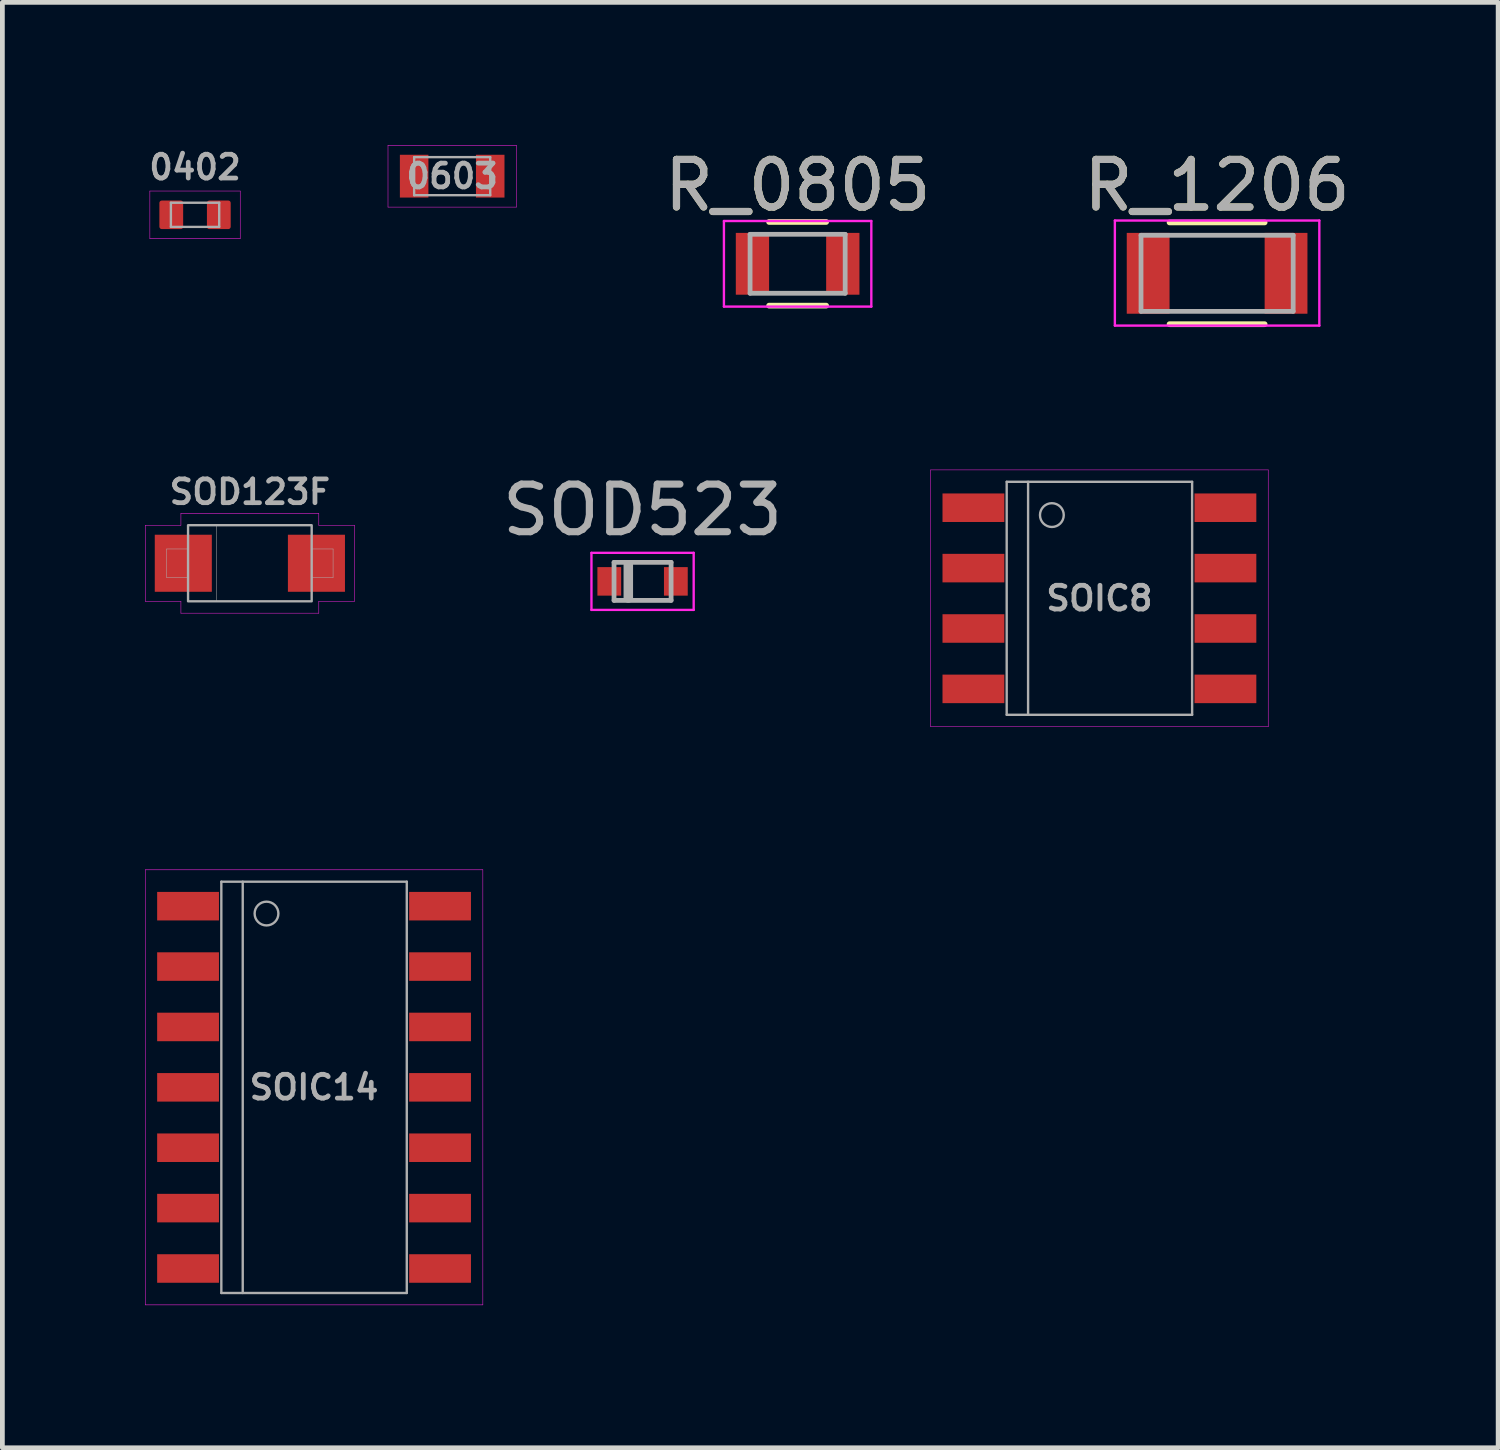
<source format=kicad_pcb>
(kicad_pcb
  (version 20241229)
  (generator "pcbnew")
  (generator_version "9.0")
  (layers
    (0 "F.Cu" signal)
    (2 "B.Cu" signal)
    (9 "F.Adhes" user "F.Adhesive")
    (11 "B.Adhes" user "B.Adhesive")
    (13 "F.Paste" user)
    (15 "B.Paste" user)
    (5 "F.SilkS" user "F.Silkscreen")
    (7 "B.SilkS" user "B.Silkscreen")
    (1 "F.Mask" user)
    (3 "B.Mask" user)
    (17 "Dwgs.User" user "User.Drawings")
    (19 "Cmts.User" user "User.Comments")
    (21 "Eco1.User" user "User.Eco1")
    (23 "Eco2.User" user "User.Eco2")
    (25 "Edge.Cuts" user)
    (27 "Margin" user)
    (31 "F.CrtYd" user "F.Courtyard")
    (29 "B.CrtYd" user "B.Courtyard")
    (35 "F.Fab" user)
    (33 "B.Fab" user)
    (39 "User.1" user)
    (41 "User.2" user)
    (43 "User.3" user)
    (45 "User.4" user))
  (footprint "SOD523"
    (layer "F.Cu")
    (at 10.464 9.177)
    (property "Reference" "SOD523" (at 0 -1.5 0) (layer "F.Fab") (effects (font (size 1 1) (thickness 0.15))))
    (attr smd)
    (fp_line (start -1.075 -0.6) (end 1.075 -0.6) (stroke (width 0.05) (type solid)) (layer "F.CrtYd"))
    (fp_line (start -1.075 0.6) (end -1.075 -0.6) (stroke (width 0.05) (type solid)) (layer "F.CrtYd"))
    (fp_line (start 1.075 -0.6) (end 1.075 0.6) (stroke (width 0.05) (type solid)) (layer "F.CrtYd"))
    (fp_line (start 1.075 0.6) (end -1.075 0.6) (stroke (width 0.05) (type solid)) (layer "F.CrtYd"))
    (fp_line (start -0.6 -0.4) (end 0.6 -0.4) (stroke (width 0.1) (type solid)) (layer "F.Fab"))
    (fp_line (start -0.6 0.4) (end -0.6 -0.4) (stroke (width 0.1) (type solid)) (layer "F.Fab"))
    (fp_line (start -0.3 0.35) (end -0.3 -0.35) (stroke (width 0.2) (type solid)) (layer "F.Fab"))
    (fp_line (start 0.6 -0.4) (end 0.6 0.4) (stroke (width 0.1) (type solid)) (layer "F.Fab"))
    (fp_line (start 0.6 0.4) (end -0.6 0.4) (stroke (width 0.1) (type solid)) (layer "F.Fab"))
    (pad "1" smd rect (at -0.7 0 180) (size 0.5 0.6) (layers "F.Cu" "F.Mask" "F.Paste"))
    (pad "2" smd rect (at 0.7 0 180) (size 0.5 0.6) (layers "F.Cu" "F.Mask" "F.Paste")))
  (footprint "SOIC14"
    (layer "F.Cu")
    (at 3.555 19.818)
    (property "Reference" "SOIC14" (at 0 0 0) (layer "F.Fab") (effects (font (size 0.5 0.5) (thickness 0.1))))
    (attr through_hole)
    (fp_line (start -3.55 -4.575) (end 3.55 -4.575) (stroke (width 0.01) (type solid)) (layer "F.CrtYd"))
    (fp_line (start -3.55 4.575) (end -3.55 -4.575) (stroke (width 0.01) (type solid)) (layer "F.CrtYd"))
    (fp_line (start 3.55 -4.575) (end 3.55 4.575) (stroke (width 0.01) (type solid)) (layer "F.CrtYd"))
    (fp_line (start 3.55 4.575) (end -3.55 4.575) (stroke (width 0.01) (type solid)) (layer "F.CrtYd"))
    (fp_line (start -1.95 -4.325) (end 1.95 -4.325) (stroke (width 0.05) (type solid)) (layer "F.Fab"))
    (fp_line (start -1.95 4.325) (end -1.95 -4.325) (stroke (width 0.05) (type solid)) (layer "F.Fab"))
    (fp_line (start -1.5 -4.325) (end -1.5 4.325) (stroke (width 0.05) (type solid)) (layer "F.Fab"))
    (fp_line (start 1.95 -4.325) (end 1.95 4.325) (stroke (width 0.05) (type solid)) (layer "F.Fab"))
    (fp_line (start 1.95 4.325) (end -1.95 4.325) (stroke (width 0.05) (type solid)) (layer "F.Fab"))
    (fp_circle (center -1 -3.655) (end -0.75 -3.655) (stroke (width 0.05) (type solid)) (fill no) (layer "F.Fab"))
    (pad "1" smd rect (at -2.65 -3.81) (size 1.3 0.6) (layers "F.Cu" "F.Mask" "F.Paste"))
    (pad "2" smd rect (at -2.65 -2.54) (size 1.3 0.6) (layers "F.Cu" "F.Mask" "F.Paste"))
    (pad "3" smd rect (at -2.65 -1.27) (size 1.3 0.6) (layers "F.Cu" "F.Mask" "F.Paste"))
    (pad "4" smd rect (at -2.65 0) (size 1.3 0.6) (layers "F.Cu" "F.Mask" "F.Paste"))
    (pad "5" smd rect (at -2.65 1.27) (size 1.3 0.6) (layers "F.Cu" "F.Mask" "F.Paste"))
    (pad "6" smd rect (at -2.65 2.54) (size 1.3 0.6) (layers "F.Cu" "F.Mask" "F.Paste"))
    (pad "7" smd rect (at -2.65 3.81) (size 1.3 0.6) (layers "F.Cu" "F.Mask" "F.Paste"))
    (pad "8" smd rect (at 2.65 3.81) (size 1.3 0.6) (layers "F.Cu" "F.Mask" "F.Paste"))
    (pad "9" smd rect (at 2.65 2.54) (size 1.3 0.6) (layers "F.Cu" "F.Mask" "F.Paste"))
    (pad "10" smd rect (at 2.65 1.27) (size 1.3 0.6) (layers "F.Cu" "F.Mask" "F.Paste"))
    (pad "11" smd rect (at 2.65 0) (size 1.3 0.6) (layers "F.Cu" "F.Mask" "F.Paste"))
    (pad "12" smd rect (at 2.65 -1.27) (size 1.3 0.6) (layers "F.Cu" "F.Mask" "F.Paste"))
    (pad "13" smd rect (at 2.65 -2.54) (size 1.3 0.6) (layers "F.Cu" "F.Mask" "F.Paste"))
    (pad "14" smd rect (at 2.65 -3.81) (size 1.3 0.6) (layers "F.Cu" "F.Mask" "F.Paste")))
  (footprint "R_0805"
    (layer "F.Cu")
    (at 13.725 2.498)
    (property "Reference" "R_0805" (at 0 -1.65 0) (layer "F.SilkS") (effects (font (size 1 1) (thickness 0.15))))
    (attr smd)
    (fp_line (start -0.6 -0.88) (end 0.6 -0.88) (stroke (width 0.12) (type solid)) (layer "F.SilkS"))
    (fp_line (start 0.6 0.88) (end -0.6 0.88) (stroke (width 0.12) (type solid)) (layer "F.SilkS"))
    (fp_line (start -1.55 -0.9) (end -1.55 0.9) (stroke (width 0.05) (type solid)) (layer "F.CrtYd"))
    (fp_line (start -1.55 -0.9) (end 1.55 -0.9) (stroke (width 0.05) (type solid)) (layer "F.CrtYd"))
    (fp_line (start 1.55 0.9) (end -1.55 0.9) (stroke (width 0.05) (type solid)) (layer "F.CrtYd"))
    (fp_line (start 1.55 0.9) (end 1.55 -0.9) (stroke (width 0.05) (type solid)) (layer "F.CrtYd"))
    (fp_line (start -1 -0.62) (end 1 -0.62) (stroke (width 0.1) (type solid)) (layer "F.Fab"))
    (fp_line (start -1 0.62) (end -1 -0.62) (stroke (width 0.1) (type solid)) (layer "F.Fab"))
    (fp_line (start 1 -0.62) (end 1 0.62) (stroke (width 0.1) (type solid)) (layer "F.Fab"))
    (fp_line (start 1 0.62) (end -1 0.62) (stroke (width 0.1) (type solid)) (layer "F.Fab"))
    (fp_text user "${REFERENCE}" (at 0 -1.65 0) (layer "F.Fab") (effects (font (size 1 1) (thickness 0.15))))
    (pad "1" smd rect (at -0.95 0) (size 0.7 1.3) (layers "F.Cu" "F.Mask" "F.Paste"))
    (pad "2" smd rect (at 0.95 0) (size 0.7 1.3) (layers "F.Cu" "F.Mask" "F.Paste")))
  (footprint "SOIC8"
    (layer "F.Cu")
    (at 20.072 9.533)
    (property "Reference" "SOIC8" (at 0 0 0) (layer "F.Fab") (effects (font (size 0.5 0.5) (thickness 0.1))))
    (attr smd)
    (fp_line (start -3.55 -2.7) (end 3.55 -2.7) (stroke (width 0.01) (type solid)) (layer "F.CrtYd"))
    (fp_line (start -3.55 2.7) (end -3.55 -2.7) (stroke (width 0.01) (type solid)) (layer "F.CrtYd"))
    (fp_line (start 3.55 -2.7) (end 3.55 2.7) (stroke (width 0.01) (type solid)) (layer "F.CrtYd"))
    (fp_line (start 3.55 2.7) (end -3.55 2.7) (stroke (width 0.01) (type solid)) (layer "F.CrtYd"))
    (fp_line (start -1.95 -2.45) (end 1.95 -2.45) (stroke (width 0.05) (type solid)) (layer "F.Fab"))
    (fp_line (start -1.95 2.45) (end -1.95 -2.45) (stroke (width 0.05) (type solid)) (layer "F.Fab"))
    (fp_line (start -1.5 -2.45) (end -1.5 2.45) (stroke (width 0.05) (type solid)) (layer "F.Fab"))
    (fp_line (start 1.95 -2.45) (end 1.95 2.45) (stroke (width 0.05) (type solid)) (layer "F.Fab"))
    (fp_line (start 1.95 2.45) (end -1.95 2.45) (stroke (width 0.05) (type solid)) (layer "F.Fab"))
    (fp_circle (center -1 -1.75) (end -0.75 -1.75) (stroke (width 0.05) (type solid)) (fill no) (layer "F.Fab"))
    (pad "1" smd rect (at -2.65 -1.905) (size 1.3 0.6) (layers "F.Cu" "F.Mask" "F.Paste"))
    (pad "2" smd rect (at -2.65 -0.635) (size 1.3 0.6) (layers "F.Cu" "F.Mask" "F.Paste"))
    (pad "3" smd rect (at -2.65 0.635) (size 1.3 0.6) (layers "F.Cu" "F.Mask" "F.Paste"))
    (pad "4" smd rect (at -2.65 1.905) (size 1.3 0.6) (layers "F.Cu" "F.Mask" "F.Paste"))
    (pad "5" smd rect (at 2.65 1.905) (size 1.3 0.6) (layers "F.Cu" "F.Mask" "F.Paste"))
    (pad "6" smd rect (at 2.65 0.635) (size 1.3 0.6) (layers "F.Cu" "F.Mask" "F.Paste"))
    (pad "7" smd rect (at 2.65 -0.635) (size 1.3 0.6) (layers "F.Cu" "F.Mask" "F.Paste"))
    (pad "8" smd rect (at 2.65 -1.905) (size 1.3 0.6) (layers "F.Cu" "F.Mask" "F.Paste")))
  (footprint "0402"
    (layer "F.Cu")
    (at 1.052 1.468)
    (property "Reference" "0402" (at 0 -1 0) (layer "F.Fab") (effects (font (size 0.5 0.5) (thickness 0.1))))
    (attr smd)
    (fp_line (start -0.95 -0.5) (end -0.95 0.5) (stroke (width 0.01) (type solid)) (layer "F.CrtYd"))
    (fp_line (start -0.95 -0.5) (end 0.95 -0.5) (stroke (width 0.01) (type solid)) (layer "F.CrtYd"))
    (fp_line (start 0.95 0.5) (end -0.95 0.5) (stroke (width 0.01) (type solid)) (layer "F.CrtYd"))
    (fp_line (start 0.95 0.5) (end 0.95 -0.5) (stroke (width 0.01) (type solid)) (layer "F.CrtYd"))
    (fp_line (start -0.508 -0.254) (end 0.508 -0.254) (stroke (width 0.05) (type solid)) (layer "F.Fab"))
    (fp_line (start -0.508 0.254) (end -0.508 -0.254) (stroke (width 0.05) (type solid)) (layer "F.Fab"))
    (fp_line (start 0.508 -0.254) (end 0.508 0.254) (stroke (width 0.05) (type solid)) (layer "F.Fab"))
    (fp_line (start 0.508 0.254) (end -0.508 0.254) (stroke (width 0.05) (type solid)) (layer "F.Fab"))
    (pad "1" smd roundrect (at -0.5 0) (size 0.5 0.6) (layers "F.Cu" "F.Mask" "F.Paste") (roundrect_rratio 0.1))
    (pad "2" smd roundrect (at 0.5 0) (size 0.5 0.6) (layers "F.Cu" "F.Mask" "F.Paste") (roundrect_rratio 0.1)))
  (footprint "0603"
    (layer "F.Cu")
    (at 6.46 0.655)
    (property "Reference" "0603" (at 0 0 0) (layer "F.Fab") (effects (font (size 0.5 0.5) (thickness 0.1))))
    (attr smd)
    (fp_line (start -1.35 -0.65) (end -1.35 0.65) (stroke (width 0.01) (type solid)) (layer "F.CrtYd"))
    (fp_line (start -1.35 -0.65) (end 1.35 -0.65) (stroke (width 0.01) (type solid)) (layer "F.CrtYd"))
    (fp_line (start 1.35 0.65) (end -1.35 0.65) (stroke (width 0.01) (type solid)) (layer "F.CrtYd"))
    (fp_line (start 1.35 0.65) (end 1.35 -0.65) (stroke (width 0.01) (type solid)) (layer "F.CrtYd"))
    (fp_line (start -0.8 -0.4) (end 0.8 -0.4) (stroke (width 0.05) (type solid)) (layer "F.Fab"))
    (fp_line (start -0.8 0.4) (end -0.8 -0.4) (stroke (width 0.05) (type solid)) (layer "F.Fab"))
    (fp_line (start 0.8 -0.4) (end 0.8 0.4) (stroke (width 0.05) (type solid)) (layer "F.Fab"))
    (fp_line (start 0.8 0.4) (end -0.8 0.4) (stroke (width 0.05) (type solid)) (layer "F.Fab"))
    (pad "1" smd rect (at -0.8 0) (size 0.6 0.9) (layers "F.Cu" "F.Mask" "F.Paste"))
    (pad "2" smd rect (at 0.8 0) (size 0.6 0.9) (layers "F.Cu" "F.Mask" "F.Paste")))
  (footprint "SOD123F"
    (layer "F.Cu")
    (at 2.205 8.796)
    (property "Reference" "SOD123F" (at 0 -1.5 0) (layer "F.Fab") (effects (font (size 0.5 0.5) (thickness 0.1))))
    (attr smd)
    (fp_line (start -2.2 -0.8) (end -2.2 0.8) (stroke (width 0.01) (type solid)) (layer "F.CrtYd"))
    (fp_line (start -2.2 0.8) (end -1.45 0.8) (stroke (width 0.01) (type solid)) (layer "F.CrtYd"))
    (fp_line (start -1.45 -1.05) (end -1.45 -0.8) (stroke (width 0.01) (type solid)) (layer "F.CrtYd"))
    (fp_line (start -1.45 -1.05) (end 1.45 -1.05) (stroke (width 0.01) (type solid)) (layer "F.CrtYd"))
    (fp_line (start -1.45 -0.8) (end -2.2 -0.8) (stroke (width 0.01) (type solid)) (layer "F.CrtYd"))
    (fp_line (start -1.45 0.8) (end -1.45 1.05) (stroke (width 0.01) (type solid)) (layer "F.CrtYd"))
    (fp_line (start -1.45 1.05) (end 1.45 1.05) (stroke (width 0.01) (type solid)) (layer "F.CrtYd"))
    (fp_line (start 1.45 -1.05) (end 1.45 -0.8) (stroke (width 0.01) (type solid)) (layer "F.CrtYd"))
    (fp_line (start 1.45 -0.8) (end 2.2 -0.8) (stroke (width 0.01) (type solid)) (layer "F.CrtYd"))
    (fp_line (start 1.45 0.8) (end 2.2 0.8) (stroke (width 0.01) (type solid)) (layer "F.CrtYd"))
    (fp_line (start 1.45 1.05) (end 1.45 0.8) (stroke (width 0.01) (type solid)) (layer "F.CrtYd"))
    (fp_line (start 2.2 0.8) (end 2.2 -0.8) (stroke (width 0.01) (type solid)) (layer "F.CrtYd"))
    (fp_line (start -1.75 -0.3) (end -1.75 0.3) (stroke (width 0.01) (type solid)) (layer "F.Fab"))
    (fp_line (start -1.75 0.3) (end -1.3 0.3) (stroke (width 0.01) (type solid)) (layer "F.Fab"))
    (fp_line (start -1.3 -0.3) (end -1.75 -0.3) (stroke (width 0.01) (type solid)) (layer "F.Fab"))
    (fp_line (start 1.3 -0.3) (end 1.75 -0.3) (stroke (width 0.01) (type solid)) (layer "F.Fab"))
    (fp_line (start 1.75 -0.3) (end 1.75 0.3) (stroke (width 0.01) (type solid)) (layer "F.Fab"))
    (fp_line (start 1.75 0.3) (end 1.3 0.3) (stroke (width 0.01) (type solid)) (layer "F.Fab"))
    (fp_rect (start -1.3 -0.8) (end -0.7 0.8) (stroke (width 0.01) (type solid)) (fill no) (layer "F.Fab"))
    (fp_rect (start -1.3 -0.8) (end 1.3 0.8) (stroke (width 0.05) (type solid)) (fill no) (layer "F.Fab"))
    (pad "1" smd rect (at -1.4 0 180) (size 1.2 1.2) (layers "F.Cu" "F.Mask" "F.Paste"))
    (pad "2" smd rect (at 1.4 0 180) (size 1.2 1.2) (layers "F.Cu" "F.Mask" "F.Paste")))
  (footprint "R_1206"
    (layer "F.Cu")
    (at 22.547 2.698)
    (property "Reference" "R_1206" (at 0 -1.85 0) (layer "F.SilkS") (effects (font (size 1 1) (thickness 0.15))))
    (attr smd)
    (fp_line (start -1 -1.07) (end 1 -1.07) (stroke (width 0.12) (type solid)) (layer "F.SilkS"))
    (fp_line (start 1 1.07) (end -1 1.07) (stroke (width 0.12) (type solid)) (layer "F.SilkS"))
    (fp_line (start -2.15 -1.11) (end -2.15 1.1) (stroke (width 0.05) (type solid)) (layer "F.CrtYd"))
    (fp_line (start -2.15 -1.11) (end 2.15 -1.11) (stroke (width 0.05) (type solid)) (layer "F.CrtYd"))
    (fp_line (start 2.15 1.1) (end -2.15 1.1) (stroke (width 0.05) (type solid)) (layer "F.CrtYd"))
    (fp_line (start 2.15 1.1) (end 2.15 -1.11) (stroke (width 0.05) (type solid)) (layer "F.CrtYd"))
    (fp_line (start -1.6 -0.8) (end 1.6 -0.8) (stroke (width 0.1) (type solid)) (layer "F.Fab"))
    (fp_line (start -1.6 0.8) (end -1.6 -0.8) (stroke (width 0.1) (type solid)) (layer "F.Fab"))
    (fp_line (start 1.6 -0.8) (end 1.6 0.8) (stroke (width 0.1) (type solid)) (layer "F.Fab"))
    (fp_line (start 1.6 0.8) (end -1.6 0.8) (stroke (width 0.1) (type solid)) (layer "F.Fab"))
    (fp_text user "${REFERENCE}" (at 0 -1.85 0) (layer "F.Fab") (effects (font (size 1 1) (thickness 0.15))))
    (pad "1" smd rect (at -1.45 0) (size 0.9 1.7) (layers "F.Cu" "F.Mask" "F.Paste"))
    (pad "2" smd rect (at 1.45 0) (size 0.9 1.7) (layers "F.Cu" "F.Mask" "F.Paste")))
  (gr_rect
    (start -3 -3)
    (end 28.458 27.398)
    (stroke (width 0.1) (type default))
    (fill no)
    (layer "Edge.Cuts")))
</source>
